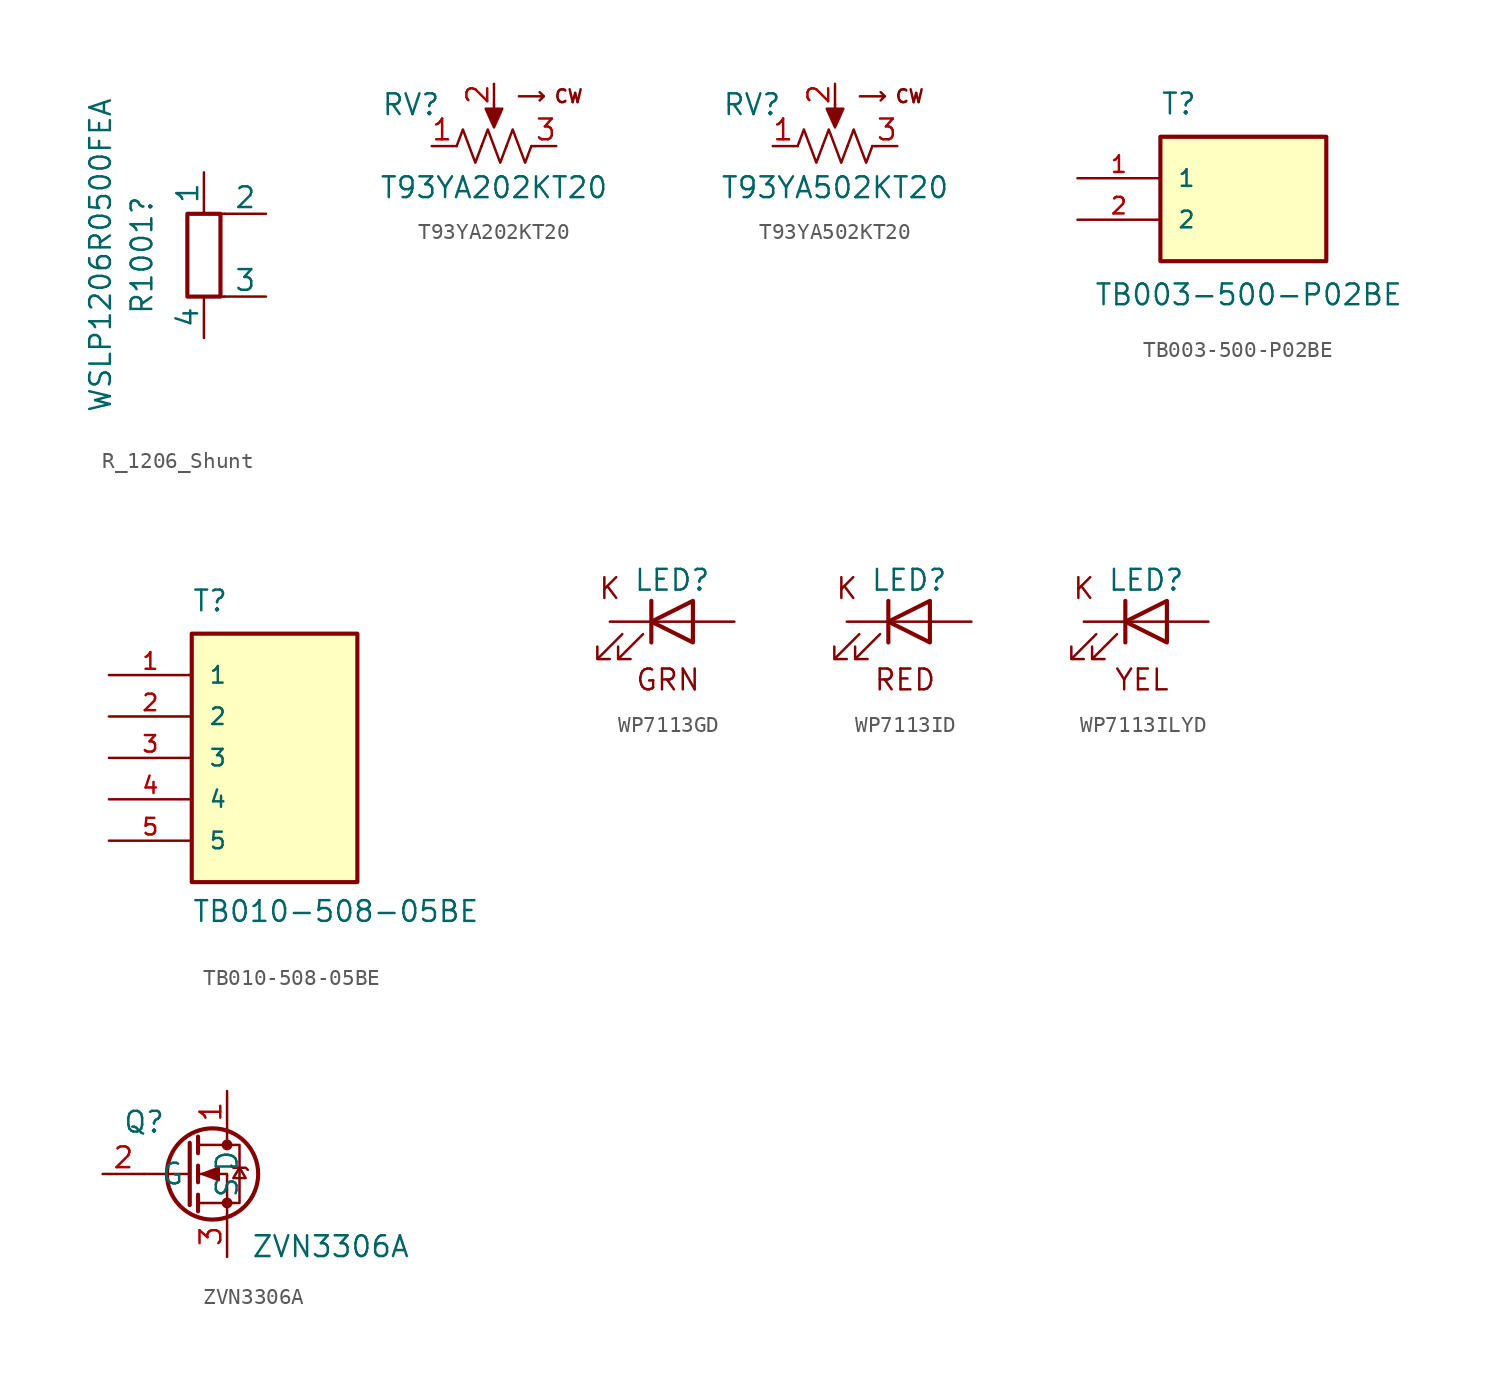
<source format=kicad_sym>
(kicad_symbol_lib
  (version 20231120)
  (generator "kicad_symbol_editor")
  (generator_version "8.0")
  (symbol "R_1206_Shunt"
    (pin_numbers hide)
    (pin_names
      (offset 0))
    (property "Reference" "R1001"
      (at -3.81 0 90)
      (effects (font (size 1.27 1.27))))
    (property "Value" "WSLP1206R0500FEA"
      (at -6.35 0 90)
      (effects (font (size 1.27 1.27))))
    (symbol "R_1206_Shunt_0_1"
      (rectangle (start -1.016 2.54) (end 1.016 -2.54) (stroke (width 0.254) (type default)) (fill (type none)))
      (polyline (pts (xy 0 -2.54) (xy 1.27 -2.54)) (stroke (width 0) (type default)) (fill (type none)))
      (polyline (pts (xy 1.27 2.54) (xy 0 2.54)) (stroke (width 0) (type default)) (fill (type none))))
    (symbol "R_1206_Shunt_1_1"
      (pin passive line (at 0 5.08 270) (length 2.54) (name "1" (effects (font (size 1.27 1.27)))) (number "1" (effects (font (size 1.27 1.27)))))
      (pin passive line (at 3.81 2.54 180) (length 2.54) (name "2" (effects (font (size 1.27 1.27)))) (number "2" (effects (font (size 1.27 1.27)))))
      (pin passive line (at 3.81 -2.54 180) (length 2.54) (name "3" (effects (font (size 1.27 1.27)))) (number "3" (effects (font (size 1.27 1.27)))))
      (pin passive line (at 0 -5.08 90) (length 2.54) (name "4" (effects (font (size 1.27 1.27)))) (number "4" (effects (font (size 1.27 1.27)))))))
  (symbol "T93YA202KT20"
    (pin_names
      (offset 1.016) hide)
    (property "Reference" "RV"
      (at -5.08 2.54 0)
      (effects (font (size 1.27 1.27))))
    (property "Value" "T93YA202KT20"
      (at 0 -2.54 0)
      (effects (font (size 1.27 1.27))))
    (symbol "T93YA202KT20_0_0"
      (text "CW" (at 4.572 3.048 0) (effects (font (size 0.787 0.787)))))
    (symbol "T93YA202KT20_0_1"
      (polyline (pts (xy -2.54 0) (xy -2.286 0)) (stroke (width 0) (type default)) (fill (type none)))
      (polyline (pts (xy 0 2.54) (xy 0 1.524)) (stroke (width 0) (type default)) (fill (type none)))
      (polyline (pts (xy 2.286 0) (xy 2.54 0)) (stroke (width 0) (type default)) (fill (type none)))
      (polyline (pts (xy 3.048 3.048) (xy 2.794 3.302)) (stroke (width 0) (type default)) (fill (type none)))
      (polyline (pts (xy 1.524 3.048) (xy 3.048 3.048) (xy 2.794 2.794)) (stroke (width 0) (type default)) (fill (type none)))
      (polyline (pts (xy 0 1.143) (xy -0.508 2.286) (xy 0.508 2.286) (xy 0 1.143)) (stroke (width 0) (type default)) (fill (type outline)))
      (polyline (pts (xy -2.286 0) (xy -1.905 1.016) (xy -1.524 0) (xy -1.143 -1.016) (xy -0.762 0)) (stroke (width 0) (type default)) (fill (type none)))
      (polyline (pts (xy -0.762 0) (xy -0.381 1.016) (xy 0 0) (xy 0.381 -1.016) (xy 0.762 0)) (stroke (width 0) (type default)) (fill (type none)))
      (polyline (pts (xy 0.762 0) (xy 1.143 1.016) (xy 1.524 0) (xy 1.905 -1.016) (xy 2.286 0)) (stroke (width 0) (type default)) (fill (type none))))
    (symbol "T93YA202KT20_1_1"
      (pin passive line (at -3.81 0 0) (length 1.27) (name "1" (effects (font (size 1.27 1.27)))) (number "1" (effects (font (size 1.27 1.27)))))
      (pin passive line (at 0 3.81 270) (length 1.27) (name "2" (effects (font (size 1.27 1.27)))) (number "2" (effects (font (size 1.27 1.27)))))
      (pin passive line (at 3.81 0 180) (length 1.27) (name "3" (effects (font (size 1.27 1.27)))) (number "3" (effects (font (size 1.27 1.27)))))))
  (symbol "T93YA502KT20"
    (pin_names
      (offset 1.016) hide)
    (property "Reference" "RV"
      (at -5.08 2.54 0)
      (effects (font (size 1.27 1.27))))
    (property "Value" "T93YA502KT20"
      (at 0 -2.54 0)
      (effects (font (size 1.27 1.27))))
    (symbol "T93YA502KT20_0_0"
      (text "CW" (at 4.572 3.048 0) (effects (font (size 0.787 0.787)))))
    (symbol "T93YA502KT20_0_1"
      (polyline (pts (xy -2.54 0) (xy -2.286 0)) (stroke (width 0) (type default)) (fill (type none)))
      (polyline (pts (xy 0 2.54) (xy 0 1.524)) (stroke (width 0) (type default)) (fill (type none)))
      (polyline (pts (xy 2.286 0) (xy 2.54 0)) (stroke (width 0) (type default)) (fill (type none)))
      (polyline (pts (xy 3.048 3.048) (xy 2.794 3.302)) (stroke (width 0) (type default)) (fill (type none)))
      (polyline (pts (xy 1.524 3.048) (xy 3.048 3.048) (xy 2.794 2.794)) (stroke (width 0) (type default)) (fill (type none)))
      (polyline (pts (xy 0 1.143) (xy -0.508 2.286) (xy 0.508 2.286) (xy 0 1.143)) (stroke (width 0) (type default)) (fill (type outline)))
      (polyline (pts (xy -2.286 0) (xy -1.905 1.016) (xy -1.524 0) (xy -1.143 -1.016) (xy -0.762 0)) (stroke (width 0) (type default)) (fill (type none)))
      (polyline (pts (xy -0.762 0) (xy -0.381 1.016) (xy 0 0) (xy 0.381 -1.016) (xy 0.762 0)) (stroke (width 0) (type default)) (fill (type none)))
      (polyline (pts (xy 0.762 0) (xy 1.143 1.016) (xy 1.524 0) (xy 1.905 -1.016) (xy 2.286 0)) (stroke (width 0) (type default)) (fill (type none))))
    (symbol "T93YA502KT20_1_1"
      (pin passive line (at -3.81 0 0) (length 1.27) (name "1" (effects (font (size 1.27 1.27)))) (number "1" (effects (font (size 1.27 1.27)))))
      (pin passive line (at 0 3.81 270) (length 1.27) (name "2" (effects (font (size 1.27 1.27)))) (number "2" (effects (font (size 1.27 1.27)))))
      (pin passive line (at 3.81 0 180) (length 1.27) (name "3" (effects (font (size 1.27 1.27)))) (number "3" (effects (font (size 1.27 1.27)))))))
  (symbol "TB003-500-P02BE"
    (pin_names
      (offset 1.016))
    (property "Reference" "T"
      (at -5.08 5.08 0)
      (effects (font (size 1.27 1.27)) (justify left bottom)))
    (property "Value" "TB003-500-P02BE"
      (at -9.144 -6.604 0)
      (effects (font (size 1.27 1.27)) (justify left bottom)))
    (symbol "TB003-500-P02BE_0_0"
      (rectangle (start -5.08 3.81) (end 5.08 -3.81) (stroke (width 0.254) (type default)) (fill (type background)))
      (pin passive line (at -10.16 1.27 0) (length 5.08) (name "1" (effects (font (size 1.016 1.016)))) (number "1" (effects (font (size 1.016 1.016)))))
      (pin passive line (at -10.16 -1.27 0) (length 5.08) (name "2" (effects (font (size 1.016 1.016)))) (number "2" (effects (font (size 1.016 1.016)))))))
  (symbol "TB010-508-05BE"
    (pin_names
      (offset 1.016))
    (property "Reference" "T"
      (at -5.08 8.89 0)
      (effects (font (size 1.27 1.27)) (justify left bottom)))
    (property "Value" "TB010-508-05BE"
      (at -5.08 -10.16 0)
      (effects (font (size 1.27 1.27)) (justify left bottom)))
    (symbol "TB010-508-05BE_0_0"
      (rectangle (start -5.08 -7.62) (end 5.08 7.62) (stroke (width 0.254) (type default)) (fill (type background)))
      (pin passive line (at -10.16 5.08 0) (length 5.08) (name "1" (effects (font (size 1.016 1.016)))) (number "1" (effects (font (size 1.016 1.016)))))
      (pin passive line (at -10.16 2.54 0) (length 5.08) (name "2" (effects (font (size 1.016 1.016)))) (number "2" (effects (font (size 1.016 1.016)))))
      (pin passive line (at -10.16 0 0) (length 5.08) (name "3" (effects (font (size 1.016 1.016)))) (number "3" (effects (font (size 1.016 1.016)))))
      (pin passive line (at -10.16 -2.54 0) (length 5.08) (name "4" (effects (font (size 1.016 1.016)))) (number "4" (effects (font (size 1.016 1.016)))))
      (pin passive line (at -10.16 -5.08 0) (length 5.08) (name "5" (effects (font (size 1.016 1.016)))) (number "5" (effects (font (size 1.016 1.016)))))))
  (symbol "WP7113GD"
    (pin_numbers hide)
    (pin_names
      (offset 1.016) hide)
    (property "Reference" "LED"
      (at 0 2.54 0)
      (effects (font (size 1.27 1.27))))
    (symbol "WP7113GD_0_0"
      (text "GRN" (at -0.254 -3.556 0) (effects (font (size 1.27 1.27))))
      (text "K" (at -3.81 2.032 0) (effects (font (size 1.27 1.27)))))
    (symbol "WP7113GD_0_1"
      (polyline (pts (xy -1.27 -1.27) (xy -1.27 1.27)) (stroke (width 0.254) (type default)) (fill (type none)))
      (polyline (pts (xy -1.27 0) (xy 1.27 0)) (stroke (width 0) (type default)) (fill (type none)))
      (polyline (pts (xy 1.27 -1.27) (xy 1.27 1.27) (xy -1.27 0) (xy 1.27 -1.27)) (stroke (width 0.254) (type default)) (fill (type none)))
      (polyline (pts (xy -3.048 -0.762) (xy -4.572 -2.286) (xy -3.81 -2.286) (xy -4.572 -2.286) (xy -4.572 -1.524)) (stroke (width 0) (type default)) (fill (type none)))
      (polyline (pts (xy -1.778 -0.762) (xy -3.302 -2.286) (xy -2.54 -2.286) (xy -3.302 -2.286) (xy -3.302 -1.524)) (stroke (width 0) (type default)) (fill (type none))))
    (symbol "WP7113GD_1_1"
      (pin passive line (at -3.81 0 0) (length 2.54) (name "K" (effects (font (size 1.27 1.27)))) (number "1" (effects (font (size 1.27 1.27)))))
      (pin passive line (at 3.81 0 180) (length 2.54) (name "A" (effects (font (size 1.27 1.27)))) (number "2" (effects (font (size 1.27 1.27)))))))
  (symbol "WP7113ID"
    (pin_numbers hide)
    (pin_names
      (offset 1.016) hide)
    (property "Reference" "LED"
      (at 0 2.54 0)
      (effects (font (size 1.27 1.27))))
    (symbol "WP7113ID_0_0"
      (text "K" (at -3.81 2.032 0) (effects (font (size 1.27 1.27))))
      (text "RED" (at -0.254 -3.556 0) (effects (font (size 1.27 1.27)))))
    (symbol "WP7113ID_0_1"
      (polyline (pts (xy -1.27 -1.27) (xy -1.27 1.27)) (stroke (width 0.254) (type default)) (fill (type none)))
      (polyline (pts (xy -1.27 0) (xy 1.27 0)) (stroke (width 0) (type default)) (fill (type none)))
      (polyline (pts (xy 1.27 -1.27) (xy 1.27 1.27) (xy -1.27 0) (xy 1.27 -1.27)) (stroke (width 0.254) (type default)) (fill (type none)))
      (polyline (pts (xy -3.048 -0.762) (xy -4.572 -2.286) (xy -3.81 -2.286) (xy -4.572 -2.286) (xy -4.572 -1.524)) (stroke (width 0) (type default)) (fill (type none)))
      (polyline (pts (xy -1.778 -0.762) (xy -3.302 -2.286) (xy -2.54 -2.286) (xy -3.302 -2.286) (xy -3.302 -1.524)) (stroke (width 0) (type default)) (fill (type none))))
    (symbol "WP7113ID_1_1"
      (pin passive line (at -3.81 0 0) (length 2.54) (name "K" (effects (font (size 1.27 1.27)))) (number "1" (effects (font (size 1.27 1.27)))))
      (pin passive line (at 3.81 0 180) (length 2.54) (name "A" (effects (font (size 1.27 1.27)))) (number "2" (effects (font (size 1.27 1.27)))))))
  (symbol "WP7113ILYD"
    (pin_numbers hide)
    (pin_names
      (offset 1.016) hide)
    (property "Reference" "LED"
      (at 0 2.54 0)
      (effects (font (size 1.27 1.27))))
    (symbol "WP7113ILYD_0_0"
      (text "K" (at -3.81 2.032 0) (effects (font (size 1.27 1.27))))
      (text "YEL" (at -0.254 -3.556 0) (effects (font (size 1.27 1.27)))))
    (symbol "WP7113ILYD_0_1"
      (polyline (pts (xy -1.27 -1.27) (xy -1.27 1.27)) (stroke (width 0.254) (type default)) (fill (type none)))
      (polyline (pts (xy -1.27 0) (xy 1.27 0)) (stroke (width 0) (type default)) (fill (type none)))
      (polyline (pts (xy 1.27 -1.27) (xy 1.27 1.27) (xy -1.27 0) (xy 1.27 -1.27)) (stroke (width 0.254) (type default)) (fill (type none)))
      (polyline (pts (xy -3.048 -0.762) (xy -4.572 -2.286) (xy -3.81 -2.286) (xy -4.572 -2.286) (xy -4.572 -1.524)) (stroke (width 0) (type default)) (fill (type none)))
      (polyline (pts (xy -1.778 -0.762) (xy -3.302 -2.286) (xy -2.54 -2.286) (xy -3.302 -2.286) (xy -3.302 -1.524)) (stroke (width 0) (type default)) (fill (type none))))
    (symbol "WP7113ILYD_1_1"
      (pin passive line (at -3.81 0 0) (length 2.54) (name "K" (effects (font (size 1.27 1.27)))) (number "1" (effects (font (size 1.27 1.27)))))
      (pin passive line (at 3.81 0 180) (length 2.54) (name "A" (effects (font (size 1.27 1.27)))) (number "2" (effects (font (size 1.27 1.27)))))))
  (symbol "ZVN3306A"
    (pin_names
      (offset 1.016))
    (property "Reference" "Q"
      (at 2.54 3.175 0)
      (effects (font (size 1.27 1.27))))
    (property "Value" "ZVN3306A"
      (at 13.97 -4.445 0)
      (effects (font (size 1.27 1.27))))
    (symbol "ZVN3306A_1_1"
      (polyline (pts (xy 5.334 0) (xy 2.54 0)) (stroke (width 0) (type default)) (fill (type none)))
      (polyline (pts (xy 5.334 1.905) (xy 5.334 -1.905)) (stroke (width 0.254) (type default)) (fill (type none)))
      (polyline (pts (xy 5.842 -1.27) (xy 5.842 -2.286)) (stroke (width 0.254) (type default)) (fill (type none)))
      (polyline (pts (xy 5.842 0.508) (xy 5.842 -0.508)) (stroke (width 0.254) (type default)) (fill (type none)))
      (polyline (pts (xy 5.842 2.286) (xy 5.842 1.27)) (stroke (width 0.254) (type default)) (fill (type none)))
      (polyline (pts (xy 7.62 2.54) (xy 7.62 1.778)) (stroke (width 0) (type default)) (fill (type none)))
      (polyline (pts (xy 7.62 -2.54) (xy 7.62 0) (xy 5.842 0)) (stroke (width 0) (type default)) (fill (type none)))
      (polyline (pts (xy 5.842 -1.778) (xy 8.382 -1.778) (xy 8.382 1.778) (xy 5.842 1.778)) (stroke (width 0) (type default)) (fill (type none)))
      (polyline (pts (xy 6.096 0) (xy 7.112 0.381) (xy 7.112 -0.381) (xy 6.096 0)) (stroke (width 0) (type default)) (fill (type outline)))
      (polyline (pts (xy 7.874 0.508) (xy 8.001 0.381) (xy 8.763 0.381) (xy 8.89 0.254)) (stroke (width 0) (type default)) (fill (type none)))
      (polyline (pts (xy 8.382 0.381) (xy 8.001 -0.254) (xy 8.763 -0.254) (xy 8.382 0.381)) (stroke (width 0) (type default)) (fill (type none)))
      (circle (center 6.731 0) (radius 2.794) (stroke (width 0.254) (type default)) (fill (type none)))
      (circle (center 7.62 -1.778) (radius 0.254) (stroke (width 0) (type default)) (fill (type outline)))
      (circle (center 7.62 1.778) (radius 0.254) (stroke (width 0) (type default)) (fill (type outline)))
      (pin passive line (at 7.62 5.08 270) (length 2.54) (name "D" (effects (font (size 1.27 1.27)))) (number "1" (effects (font (size 1.27 1.27)))))
      (pin input line (at 0 0 0) (length 2.54) (name "G" (effects (font (size 1.27 1.27)))) (number "2" (effects (font (size 1.27 1.27)))))
      (pin passive line (at 7.62 -5.08 90) (length 2.54) (name "S" (effects (font (size 1.27 1.27)))) (number "3" (effects (font (size 1.27 1.27))))))))
</source>
